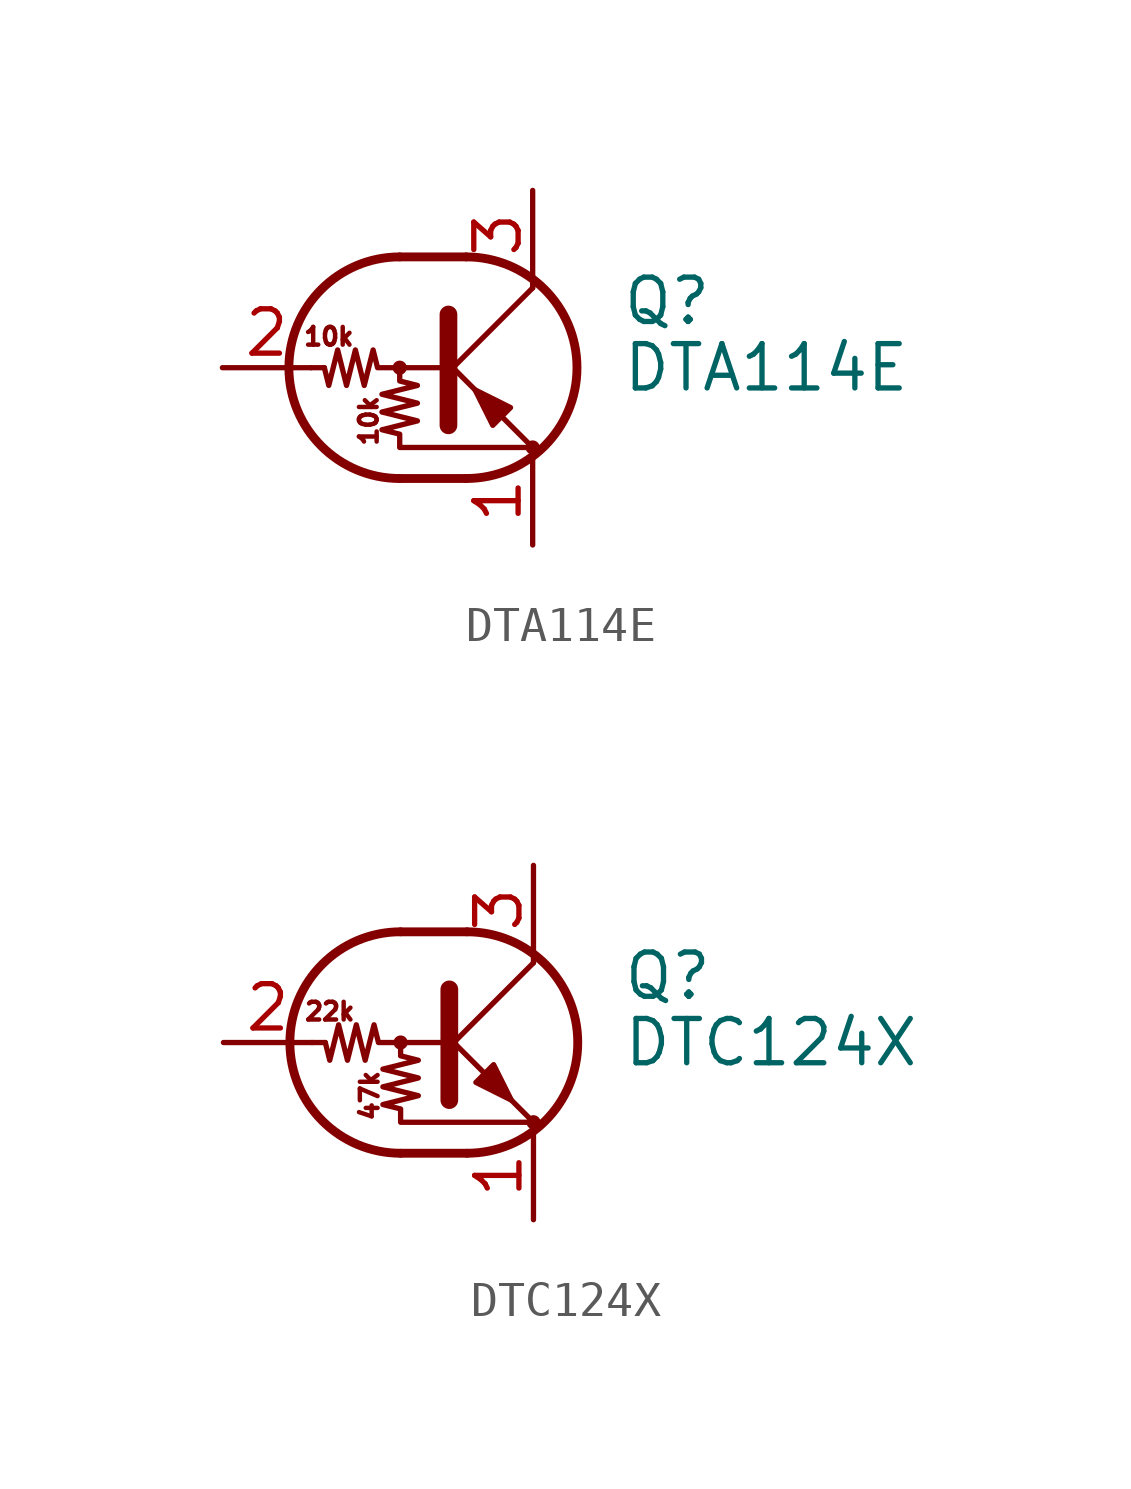
<source format=kicad_sym>
(kicad_symbol_lib
  (version 20241209)
  (generator "kicad_symbol_editor")
  (generator_version "9.0")
  (symbol "DTA114E"
    (pin_names
      (offset 0)
      (hide yes))
    (property "Reference" "Q"
      (at 5.08 1.905 0)
      (effects (font (size 1.27 1.27)) (justify left)))
    (property "Value" "DTA114E"
      (at 5.08 0 0)
      (effects (font (size 1.27 1.27)) (justify left)))
    (symbol "DTA114E_0_0"
      (text "10k" (at -3.302 0.889 0) (effects (font (size 0.508 0.508))))
      (text "10k" (at -2.159 -1.524 900) (effects (font (size 0.508 0.508)))))
    (symbol "DTA114E_0_1"
      (polyline (pts (xy -3.429 0) (xy -3.81 0)) (stroke (width 0) (type default)) (fill (type none)))
      (polyline (pts (xy -1.27 3.175) (xy 0.635 3.175)) (stroke (width 0.254) (type default)) (fill (type none)))
      (circle (center -1.27 0) (radius 0.127) (stroke (width 0) (type default)) (fill (type none)))
      (polyline (pts (xy -1.27 0) (xy -1.27 -0.381) (xy -0.762 -0.508) (xy -1.778 -0.762) (xy -0.762 -1.016) (xy -1.778 -1.27) (xy -0.762 -1.524) (xy -1.778 -1.778) (xy -1.27 -1.905) (xy -1.27 -2.286) (xy 2.54 -2.286)) (stroke (width 0) (type default)) (fill (type none)))
      (polyline (pts (xy -1.27 -3.175) (xy 0.635 -3.175)) (stroke (width 0.254) (type default)) (fill (type none)))
      (arc (start -1.27 -3.175) (mid -4.4312 0) (end -1.27 3.175) (stroke (width 0.254) (type default)) (fill (type none)))
      (polyline (pts (xy 0 0) (xy -1.905 0) (xy -2.032 0.508) (xy -2.286 -0.508) (xy -2.54 0.508) (xy -2.794 -0.508) (xy -3.048 0.508) (xy -3.302 -0.508) (xy -3.429 0)) (stroke (width 0) (type default)) (fill (type none)))
      (polyline (pts (xy 0 -0.254) (xy 2.54 2.286)) (stroke (width 0) (type default)) (fill (type none)))
      (polyline (pts (xy 0.127 1.524) (xy 0.127 -1.651)) (stroke (width 0.508) (type default)) (fill (type outline)))
      (arc (start 0.635 3.175) (mid 3.7962 0) (end 0.635 -3.175) (stroke (width 0.254) (type default)) (fill (type none)))
      (polyline (pts (xy 1.397 -1.651) (xy 1.905 -1.143) (xy 0.889 -0.635) (xy 1.397 -1.651)) (stroke (width 0) (type default)) (fill (type outline)))
      (polyline (pts (xy 2.54 2.286) (xy 2.54 2.54)) (stroke (width 0) (type default)) (fill (type none)))
      (polyline (pts (xy 2.54 -2.286) (xy 0 0.254) (xy 0 0.254)) (stroke (width 0) (type default)) (fill (type none)))
      (circle (center 2.54 -2.286) (radius 0.127) (stroke (width 0) (type default)) (fill (type none))))
    (symbol "DTA114E_1_1"
      (pin input line (at -6.35 0 0) (length 2.54) (name "B" (effects (font (size 1.27 1.27)))) (number "2" (effects (font (size 1.27 1.27)))))
      (pin passive line (at 2.54 5.08 270) (length 2.54) (name "C" (effects (font (size 1.27 1.27)))) (number "3" (effects (font (size 1.27 1.27)))))
      (pin passive line (at 2.54 -5.08 90) (length 2.54) (name "E" (effects (font (size 1.27 1.27)))) (number "1" (effects (font (size 1.27 1.27)))))))
  (symbol "DTC124X"
    (pin_names
      (offset 0)
      (hide yes))
    (property "Reference" "Q"
      (at 5.08 1.905 0)
      (effects (font (size 1.27 1.27)) (justify left)))
    (property "Value" "DTC124X"
      (at 5.08 0 0)
      (effects (font (size 1.27 1.27)) (justify left)))
    (symbol "DTC124X_0_0"
      (text "22k" (at -3.302 0.889 0) (effects (font (size 0.508 0.508))))
      (text "47k" (at -2.159 -1.524 900) (effects (font (size 0.508 0.508)))))
    (symbol "DTC124X_0_1"
      (polyline (pts (xy -3.429 0) (xy -3.81 0)) (stroke (width 0) (type default)) (fill (type none)))
      (polyline (pts (xy -1.27 3.175) (xy 0.635 3.175)) (stroke (width 0.254) (type default)) (fill (type none)))
      (circle (center -1.27 0) (radius 0.127) (stroke (width 0) (type default)) (fill (type none)))
      (polyline (pts (xy -1.27 0) (xy -1.27 -0.381) (xy -0.762 -0.508) (xy -1.778 -0.762) (xy -0.762 -1.016) (xy -1.778 -1.27) (xy -0.762 -1.524) (xy -1.778 -1.778) (xy -1.27 -1.905) (xy -1.27 -2.286) (xy 2.54 -2.286)) (stroke (width 0) (type default)) (fill (type none)))
      (polyline (pts (xy -1.27 -3.175) (xy 0.635 -3.175)) (stroke (width 0.254) (type default)) (fill (type none)))
      (arc (start -1.27 -3.175) (mid -4.4312 0) (end -1.27 3.175) (stroke (width 0.254) (type default)) (fill (type none)))
      (polyline (pts (xy 0 0) (xy -1.905 0) (xy -2.032 0.508) (xy -2.286 -0.508) (xy -2.54 0.508) (xy -2.794 -0.508) (xy -3.048 0.508) (xy -3.302 -0.508) (xy -3.429 0)) (stroke (width 0) (type default)) (fill (type none)))
      (polyline (pts (xy 0 -0.254) (xy 2.54 2.286)) (stroke (width 0) (type default)) (fill (type none)))
      (polyline (pts (xy 0.127 1.524) (xy 0.127 -1.651)) (stroke (width 0.508) (type default)) (fill (type outline)))
      (arc (start 0.635 3.175) (mid 3.7962 0) (end 0.635 -3.175) (stroke (width 0.254) (type default)) (fill (type none)))
      (polyline (pts (xy 0.889 -1.143) (xy 1.397 -0.635) (xy 1.905 -1.651) (xy 0.889 -1.143)) (stroke (width 0) (type default)) (fill (type outline)))
      (polyline (pts (xy 2.54 2.286) (xy 2.54 2.54)) (stroke (width 0) (type default)) (fill (type none)))
      (polyline (pts (xy 2.54 -2.286) (xy 0 0.254) (xy 0 0.254)) (stroke (width 0) (type default)) (fill (type none)))
      (circle (center 2.54 -2.286) (radius 0.127) (stroke (width 0) (type default)) (fill (type none))))
    (symbol "DTC124X_1_1"
      (pin input line (at -6.35 0 0) (length 2.54) (name "B" (effects (font (size 1.27 1.27)))) (number "2" (effects (font (size 1.27 1.27)))))
      (pin passive line (at 2.54 5.08 270) (length 2.54) (name "C" (effects (font (size 1.27 1.27)))) (number "3" (effects (font (size 1.27 1.27)))))
      (pin passive line (at 2.54 -5.08 90) (length 2.54) (name "E" (effects (font (size 1.27 1.27)))) (number "1" (effects (font (size 1.27 1.27))))))))
</source>
